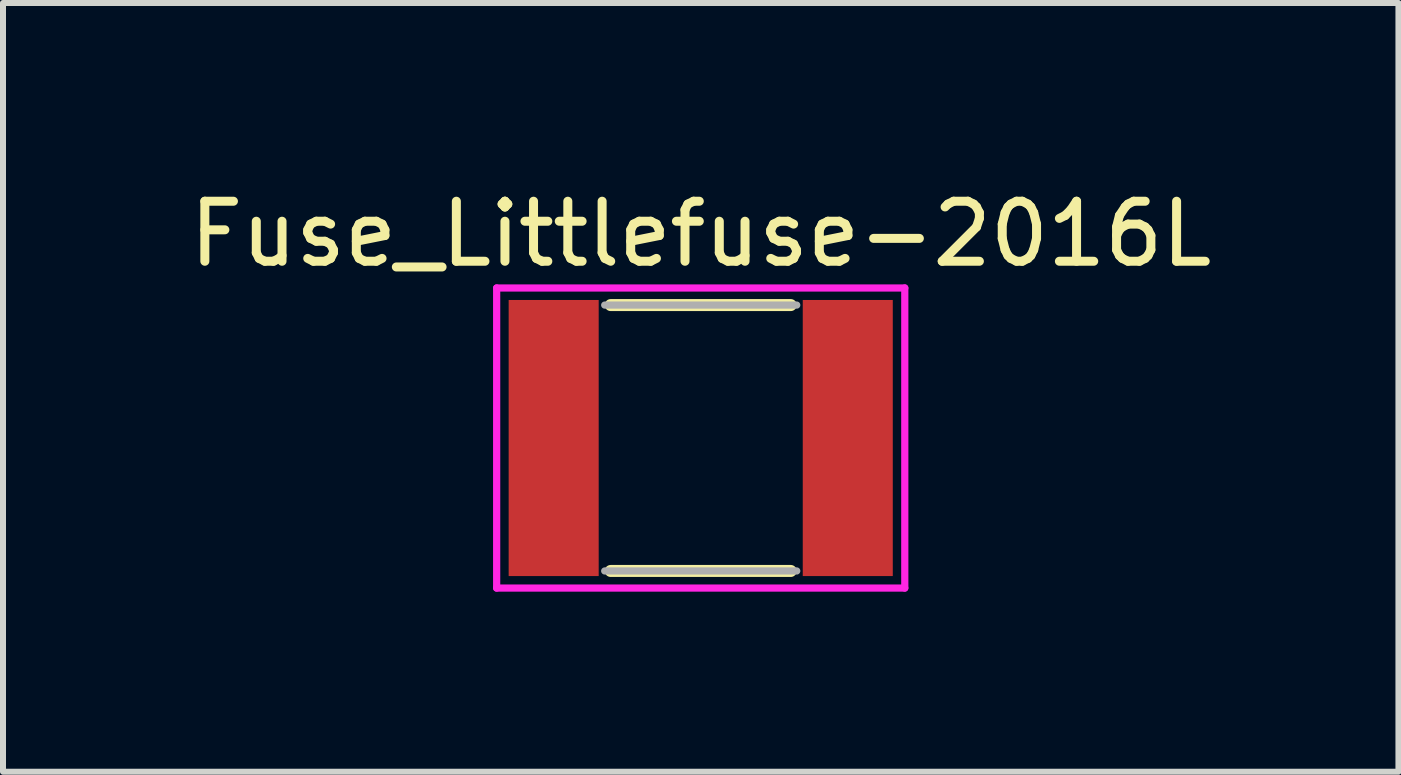
<source format=kicad_pcb>
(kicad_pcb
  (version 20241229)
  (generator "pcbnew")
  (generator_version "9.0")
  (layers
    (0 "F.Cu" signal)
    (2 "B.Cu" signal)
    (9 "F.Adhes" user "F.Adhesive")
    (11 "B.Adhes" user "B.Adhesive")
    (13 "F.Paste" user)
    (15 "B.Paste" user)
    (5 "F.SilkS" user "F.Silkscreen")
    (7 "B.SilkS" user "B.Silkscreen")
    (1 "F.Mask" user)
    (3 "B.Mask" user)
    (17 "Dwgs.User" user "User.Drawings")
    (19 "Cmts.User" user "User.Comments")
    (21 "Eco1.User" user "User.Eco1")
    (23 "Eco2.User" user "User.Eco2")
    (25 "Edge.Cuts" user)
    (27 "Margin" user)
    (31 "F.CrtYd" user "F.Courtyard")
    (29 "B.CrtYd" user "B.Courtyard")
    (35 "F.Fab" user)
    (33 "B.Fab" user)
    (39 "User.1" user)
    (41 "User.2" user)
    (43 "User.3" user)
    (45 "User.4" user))
  (footprint "Fuse_Littlefuse-2016L"
    (layer "F.Cu")
    (at 8.625 4.248)
    (property "Reference" "Fuse_Littlefuse-2016L" (at 0 -3.4 0) (layer "F.SilkS") (effects (font (size 1 1) (thickness 0.15))))
    (attr through_hole)
    (fp_line (start -1.5 -2.215) (end 1.5 -2.215) (stroke (width 0.2) (type solid)) (layer "F.SilkS"))
    (fp_line (start -1.5 2.215) (end 1.5 2.215) (stroke (width 0.2) (type solid)) (layer "F.SilkS"))
    (fp_line (start -3.4 -2.5) (end 3.4 -2.5) (stroke (width 0.12) (type solid)) (layer "F.CrtYd"))
    (fp_line (start -3.4 2.5) (end -3.4 -2.5) (stroke (width 0.12) (type solid)) (layer "F.CrtYd"))
    (fp_line (start 3.4 -2.5) (end 3.4 2.5) (stroke (width 0.12) (type solid)) (layer "F.CrtYd"))
    (fp_line (start 3.4 2.5) (end -3.4 2.5) (stroke (width 0.12) (type solid)) (layer "F.CrtYd"))
    (fp_line (start -1.6 -2.215) (end 1.6 -2.215) (stroke (width 0.12) (type solid)) (layer "F.Fab"))
    (fp_line (start -1.6 2.215) (end 1.6 2.215) (stroke (width 0.12) (type solid)) (layer "F.Fab"))
    (pad "1" smd rect (at -2.45 0) (size 1.5 4.6) (layers "F.Cu" "F.Mask" "F.Paste"))
    (pad "2" smd rect (at 2.45 0) (size 1.5 4.6) (layers "F.Cu" "F.Mask" "F.Paste")))
  (gr_rect
    (start -3 -3)
    (end 20.25 9.808)
    (stroke (width 0.1) (type default))
    (fill no)
    (layer "Edge.Cuts")))
</source>
